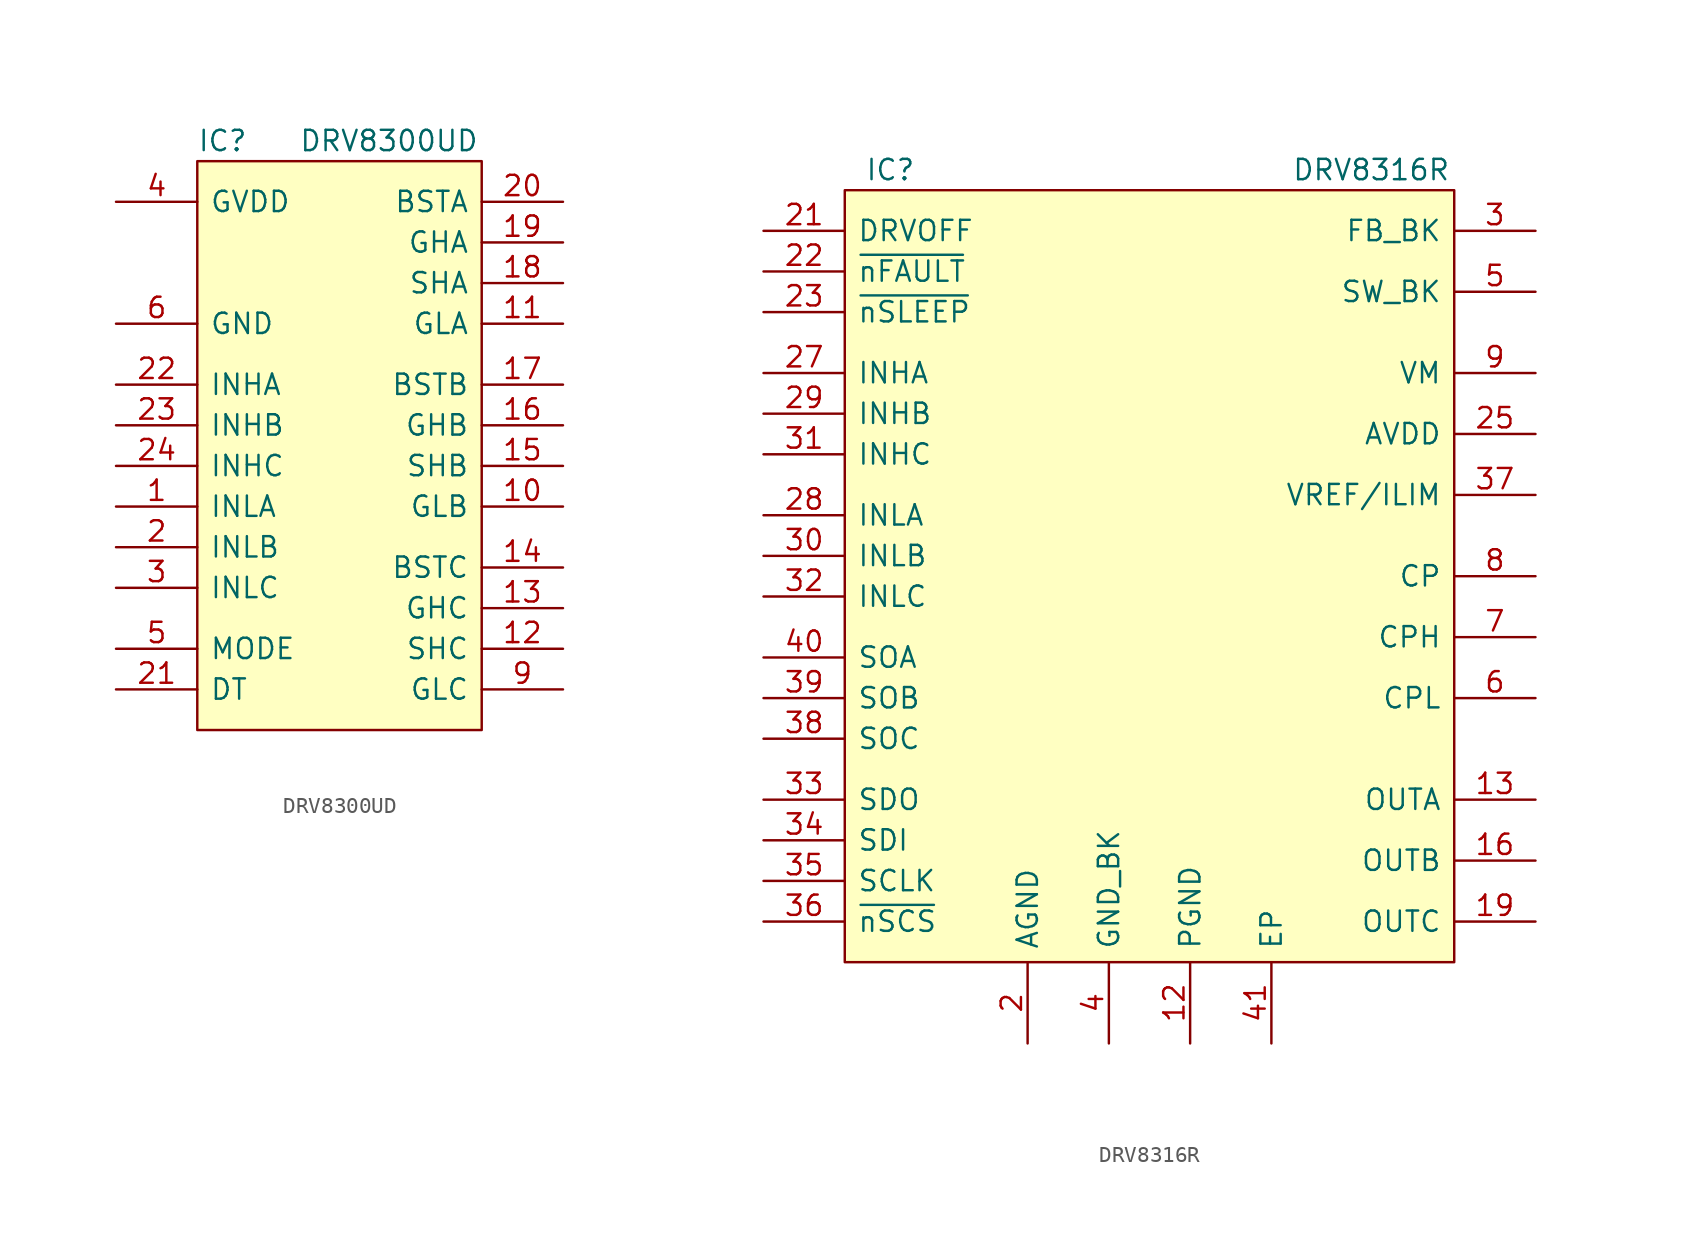
<source format=kicad_sym>
(kicad_symbol_lib
  (version 20220914)
  (generator kicad_symbol_editor)
  (symbol "DRV8300UD"
    (pin_names
      (offset 0.762))
    (property "Reference" "IC"
      (at -8.89 19.05 0)
      (effects (font (size 1.27 1.27)) (justify left)))
    (property "Value" "DRV8300UD"
      (at -2.54 19.05 0)
      (effects (font (size 1.27 1.27)) (justify left)))
    (symbol "DRV8300UD_1_0"
      (pin passive line (at -13.97 -3.81 0) (length 5.08) (name "INLA" (effects (font (size 1.27 1.27)))) (number "1" (effects (font (size 1.27 1.27)))))
      (pin output line (at 13.97 -3.81 180) (length 5.08) (name "GLB" (effects (font (size 1.27 1.27)))) (number "10" (effects (font (size 1.27 1.27)))))
      (pin output line (at 13.97 7.62 180) (length 5.08) (name "GLA" (effects (font (size 1.27 1.27)))) (number "11" (effects (font (size 1.27 1.27)))))
      (pin input line (at 13.97 -12.7 180) (length 5.08) (name "SHC" (effects (font (size 1.27 1.27)))) (number "12" (effects (font (size 1.27 1.27)))))
      (pin output line (at 13.97 -10.16 180) (length 5.08) (name "GHC" (effects (font (size 1.27 1.27)))) (number "13" (effects (font (size 1.27 1.27)))))
      (pin output line (at 13.97 -7.62 180) (length 5.08) (name "BSTC" (effects (font (size 1.27 1.27)))) (number "14" (effects (font (size 1.27 1.27)))))
      (pin input line (at 13.97 -1.27 180) (length 5.08) (name "SHB" (effects (font (size 1.27 1.27)))) (number "15" (effects (font (size 1.27 1.27)))))
      (pin output line (at 13.97 1.27 180) (length 5.08) (name "GHB" (effects (font (size 1.27 1.27)))) (number "16" (effects (font (size 1.27 1.27)))))
      (pin output line (at 13.97 3.81 180) (length 5.08) (name "BSTB" (effects (font (size 1.27 1.27)))) (number "17" (effects (font (size 1.27 1.27)))))
      (pin input line (at 13.97 10.16 180) (length 5.08) (name "SHA" (effects (font (size 1.27 1.27)))) (number "18" (effects (font (size 1.27 1.27)))))
      (pin output line (at 13.97 12.7 180) (length 5.08) (name "GHA" (effects (font (size 1.27 1.27)))) (number "19" (effects (font (size 1.27 1.27)))))
      (pin passive line (at -13.97 -6.35 0) (length 5.08) (name "INLB" (effects (font (size 1.27 1.27)))) (number "2" (effects (font (size 1.27 1.27)))))
      (pin output line (at 13.97 15.24 180) (length 5.08) (name "BSTA" (effects (font (size 1.27 1.27)))) (number "20" (effects (font (size 1.27 1.27)))))
      (pin input line (at -13.97 -15.24 0) (length 5.08) (name "DT" (effects (font (size 1.27 1.27)))) (number "21" (effects (font (size 1.27 1.27)))))
      (pin passive line (at -13.97 3.81 0) (length 5.08) (name "INHA" (effects (font (size 1.27 1.27)))) (number "22" (effects (font (size 1.27 1.27)))))
      (pin passive line (at -13.97 1.27 0) (length 5.08) (name "INHB" (effects (font (size 1.27 1.27)))) (number "23" (effects (font (size 1.27 1.27)))))
      (pin passive line (at -13.97 -1.27 0) (length 5.08) (name "INHC" (effects (font (size 1.27 1.27)))) (number "24" (effects (font (size 1.27 1.27)))))
      (pin passive line (at -13.97 7.62 0) (length 5.08) hide (name "GND" (effects (font (size 1.27 1.27)))) (number "25" (effects (font (size 1.27 1.27)))))
      (pin passive line (at -13.97 -8.89 0) (length 5.08) (name "INLC" (effects (font (size 1.27 1.27)))) (number "3" (effects (font (size 1.27 1.27)))))
      (pin passive line (at -13.97 15.24 0) (length 5.08) (name "GVDD" (effects (font (size 1.27 1.27)))) (number "4" (effects (font (size 1.27 1.27)))))
      (pin input line (at -13.97 -12.7 0) (length 5.08) (name "MODE" (effects (font (size 1.27 1.27)))) (number "5" (effects (font (size 1.27 1.27)))))
      (pin passive line (at -13.97 7.62 0) (length 5.08) (name "GND" (effects (font (size 1.27 1.27)))) (number "6" (effects (font (size 1.27 1.27)))))
      (pin no_connect line (at -1.27 -17.78 90) (length 5.08) hide (name "NC" (effects (font (size 1.27 1.27)))) (number "7" (effects (font (size 1.27 1.27)))))
      (pin no_connect line (at 1.27 -17.78 90) (length 5.08) hide (name "NC" (effects (font (size 1.27 1.27)))) (number "8" (effects (font (size 1.27 1.27)))))
      (pin output line (at 13.97 -15.24 180) (length 5.08) (name "GLC" (effects (font (size 1.27 1.27)))) (number "9" (effects (font (size 1.27 1.27))))))
    (symbol "DRV8300UD_1_1"
      (rectangle (start -8.89 17.78) (end 8.89 -17.78) (stroke (width 0) (type default)) (fill (type background)))))
  (symbol "DRV8316R"
    (pin_names
      (offset 0.762))
    (property "Reference" "IC"
      (at -17.78 25.4 0)
      (effects (font (size 1.27 1.27)) (justify left)))
    (property "Value" "DRV8316R"
      (at 8.89 25.4 0)
      (effects (font (size 1.27 1.27)) (justify left)))
    (symbol "DRV8316R_1_0"
      (pin no_connect line (at -10.16 -24.13 90) (length 5.08) hide (name "NC" (effects (font (size 1.27 1.27)))) (number "1" (effects (font (size 1.27 1.27)))))
      (pin power_in line (at 24.13 12.7 180) (length 5.08) hide (name "VM" (effects (font (size 1.27 1.27)))) (number "10" (effects (font (size 1.27 1.27)))))
      (pin power_in line (at 24.13 12.7 180) (length 5.08) hide (name "VM" (effects (font (size 1.27 1.27)))) (number "11" (effects (font (size 1.27 1.27)))))
      (pin power_in line (at 2.54 -29.21 90) (length 5.08) (name "PGND" (effects (font (size 1.27 1.27)))) (number "12" (effects (font (size 1.27 1.27)))))
      (pin output line (at 24.13 -13.97 180) (length 5.08) (name "OUTA" (effects (font (size 1.27 1.27)))) (number "13" (effects (font (size 1.27 1.27)))))
      (pin output line (at 24.13 -13.97 180) (length 5.08) hide (name "OUTA" (effects (font (size 1.27 1.27)))) (number "14" (effects (font (size 1.27 1.27)))))
      (pin power_in line (at 2.54 -29.21 90) (length 5.08) hide (name "PGND" (effects (font (size 1.27 1.27)))) (number "15" (effects (font (size 1.27 1.27)))))
      (pin output line (at 24.13 -17.78 180) (length 5.08) (name "OUTB" (effects (font (size 1.27 1.27)))) (number "16" (effects (font (size 1.27 1.27)))))
      (pin output line (at 24.13 -17.78 180) (length 5.08) hide (name "OUTB" (effects (font (size 1.27 1.27)))) (number "17" (effects (font (size 1.27 1.27)))))
      (pin power_in line (at 2.54 -29.21 90) (length 5.08) hide (name "PGND" (effects (font (size 1.27 1.27)))) (number "18" (effects (font (size 1.27 1.27)))))
      (pin output line (at 24.13 -21.59 180) (length 5.08) (name "OUTC" (effects (font (size 1.27 1.27)))) (number "19" (effects (font (size 1.27 1.27)))))
      (pin power_in line (at -7.62 -29.21 90) (length 5.08) (name "AGND" (effects (font (size 1.27 1.27)))) (number "2" (effects (font (size 1.27 1.27)))))
      (pin output line (at 24.13 -21.59 180) (length 5.08) hide (name "OUTC" (effects (font (size 1.27 1.27)))) (number "20" (effects (font (size 1.27 1.27)))))
      (pin input line (at -24.13 21.59 0) (length 5.08) (name "DRVOFF" (effects (font (size 1.27 1.27)))) (number "21" (effects (font (size 1.27 1.27)))))
      (pin output line (at -24.13 19.05 0) (length 5.08) (name "~{nFAULT}" (effects (font (size 1.27 1.27)))) (number "22" (effects (font (size 1.27 1.27)))))
      (pin input line (at -24.13 16.51 0) (length 5.08) (name "~{nSLEEP}" (effects (font (size 1.27 1.27)))) (number "23" (effects (font (size 1.27 1.27)))))
      (pin no_connect line (at -12.7 -24.13 90) (length 5.08) hide (name "NC" (effects (font (size 1.27 1.27)))) (number "24" (effects (font (size 1.27 1.27)))))
      (pin power_out line (at 24.13 8.89 180) (length 5.08) (name "AVDD" (effects (font (size 1.27 1.27)))) (number "25" (effects (font (size 1.27 1.27)))))
      (pin power_in line (at -7.62 -29.21 90) (length 5.08) hide (name "AGND" (effects (font (size 1.27 1.27)))) (number "26" (effects (font (size 1.27 1.27)))))
      (pin input line (at -24.13 12.7 0) (length 5.08) (name "INHA" (effects (font (size 1.27 1.27)))) (number "27" (effects (font (size 1.27 1.27)))))
      (pin input line (at -24.13 3.81 0) (length 5.08) (name "INLA" (effects (font (size 1.27 1.27)))) (number "28" (effects (font (size 1.27 1.27)))))
      (pin input line (at -24.13 10.16 0) (length 5.08) (name "INHB" (effects (font (size 1.27 1.27)))) (number "29" (effects (font (size 1.27 1.27)))))
      (pin power_in line (at 24.13 21.59 180) (length 5.08) (name "FB_BK" (effects (font (size 1.27 1.27)))) (number "3" (effects (font (size 1.27 1.27)))))
      (pin input line (at -24.13 1.27 0) (length 5.08) (name "INLB" (effects (font (size 1.27 1.27)))) (number "30" (effects (font (size 1.27 1.27)))))
      (pin input line (at -24.13 7.62 0) (length 5.08) (name "INHC" (effects (font (size 1.27 1.27)))) (number "31" (effects (font (size 1.27 1.27)))))
      (pin input line (at -24.13 -1.27 0) (length 5.08) (name "INLC" (effects (font (size 1.27 1.27)))) (number "32" (effects (font (size 1.27 1.27)))))
      (pin output line (at -24.13 -13.97 0) (length 5.08) (name "SDO" (effects (font (size 1.27 1.27)))) (number "33" (effects (font (size 1.27 1.27)))))
      (pin input line (at -24.13 -16.51 0) (length 5.08) (name "SDI" (effects (font (size 1.27 1.27)))) (number "34" (effects (font (size 1.27 1.27)))))
      (pin input line (at -24.13 -19.05 0) (length 5.08) (name "SCLK" (effects (font (size 1.27 1.27)))) (number "35" (effects (font (size 1.27 1.27)))))
      (pin input line (at -24.13 -21.59 0) (length 5.08) (name "~{nSCS}" (effects (font (size 1.27 1.27)))) (number "36" (effects (font (size 1.27 1.27)))))
      (pin power_in line (at 24.13 5.08 180) (length 5.08) (name "VREF/ILIM" (effects (font (size 1.27 1.27)))) (number "37" (effects (font (size 1.27 1.27)))))
      (pin output line (at -24.13 -10.16 0) (length 5.08) (name "SOC" (effects (font (size 1.27 1.27)))) (number "38" (effects (font (size 1.27 1.27)))))
      (pin output line (at -24.13 -7.62 0) (length 5.08) (name "SOB" (effects (font (size 1.27 1.27)))) (number "39" (effects (font (size 1.27 1.27)))))
      (pin power_in line (at -2.54 -29.21 90) (length 5.08) (name "GND_BK" (effects (font (size 1.27 1.27)))) (number "4" (effects (font (size 1.27 1.27)))))
      (pin output line (at -24.13 -5.08 0) (length 5.08) (name "SOA" (effects (font (size 1.27 1.27)))) (number "40" (effects (font (size 1.27 1.27)))))
      (pin power_in line (at 7.62 -29.21 90) (length 5.08) (name "EP" (effects (font (size 1.27 1.27)))) (number "41" (effects (font (size 1.27 1.27)))))
      (pin power_out line (at 24.13 17.78 180) (length 5.08) (name "SW_BK" (effects (font (size 1.27 1.27)))) (number "5" (effects (font (size 1.27 1.27)))))
      (pin power_out line (at 24.13 -7.62 180) (length 5.08) (name "CPL" (effects (font (size 1.27 1.27)))) (number "6" (effects (font (size 1.27 1.27)))))
      (pin power_out line (at 24.13 -3.81 180) (length 5.08) (name "CPH" (effects (font (size 1.27 1.27)))) (number "7" (effects (font (size 1.27 1.27)))))
      (pin power_out line (at 24.13 0 180) (length 5.08) (name "CP" (effects (font (size 1.27 1.27)))) (number "8" (effects (font (size 1.27 1.27)))))
      (pin power_in line (at 24.13 12.7 180) (length 5.08) (name "VM" (effects (font (size 1.27 1.27)))) (number "9" (effects (font (size 1.27 1.27))))))
    (symbol "DRV8316R_1_1"
      (rectangle (start -19.05 24.13) (end 19.05 -24.13) (stroke (width 0) (type default)) (fill (type background))))))
</source>
